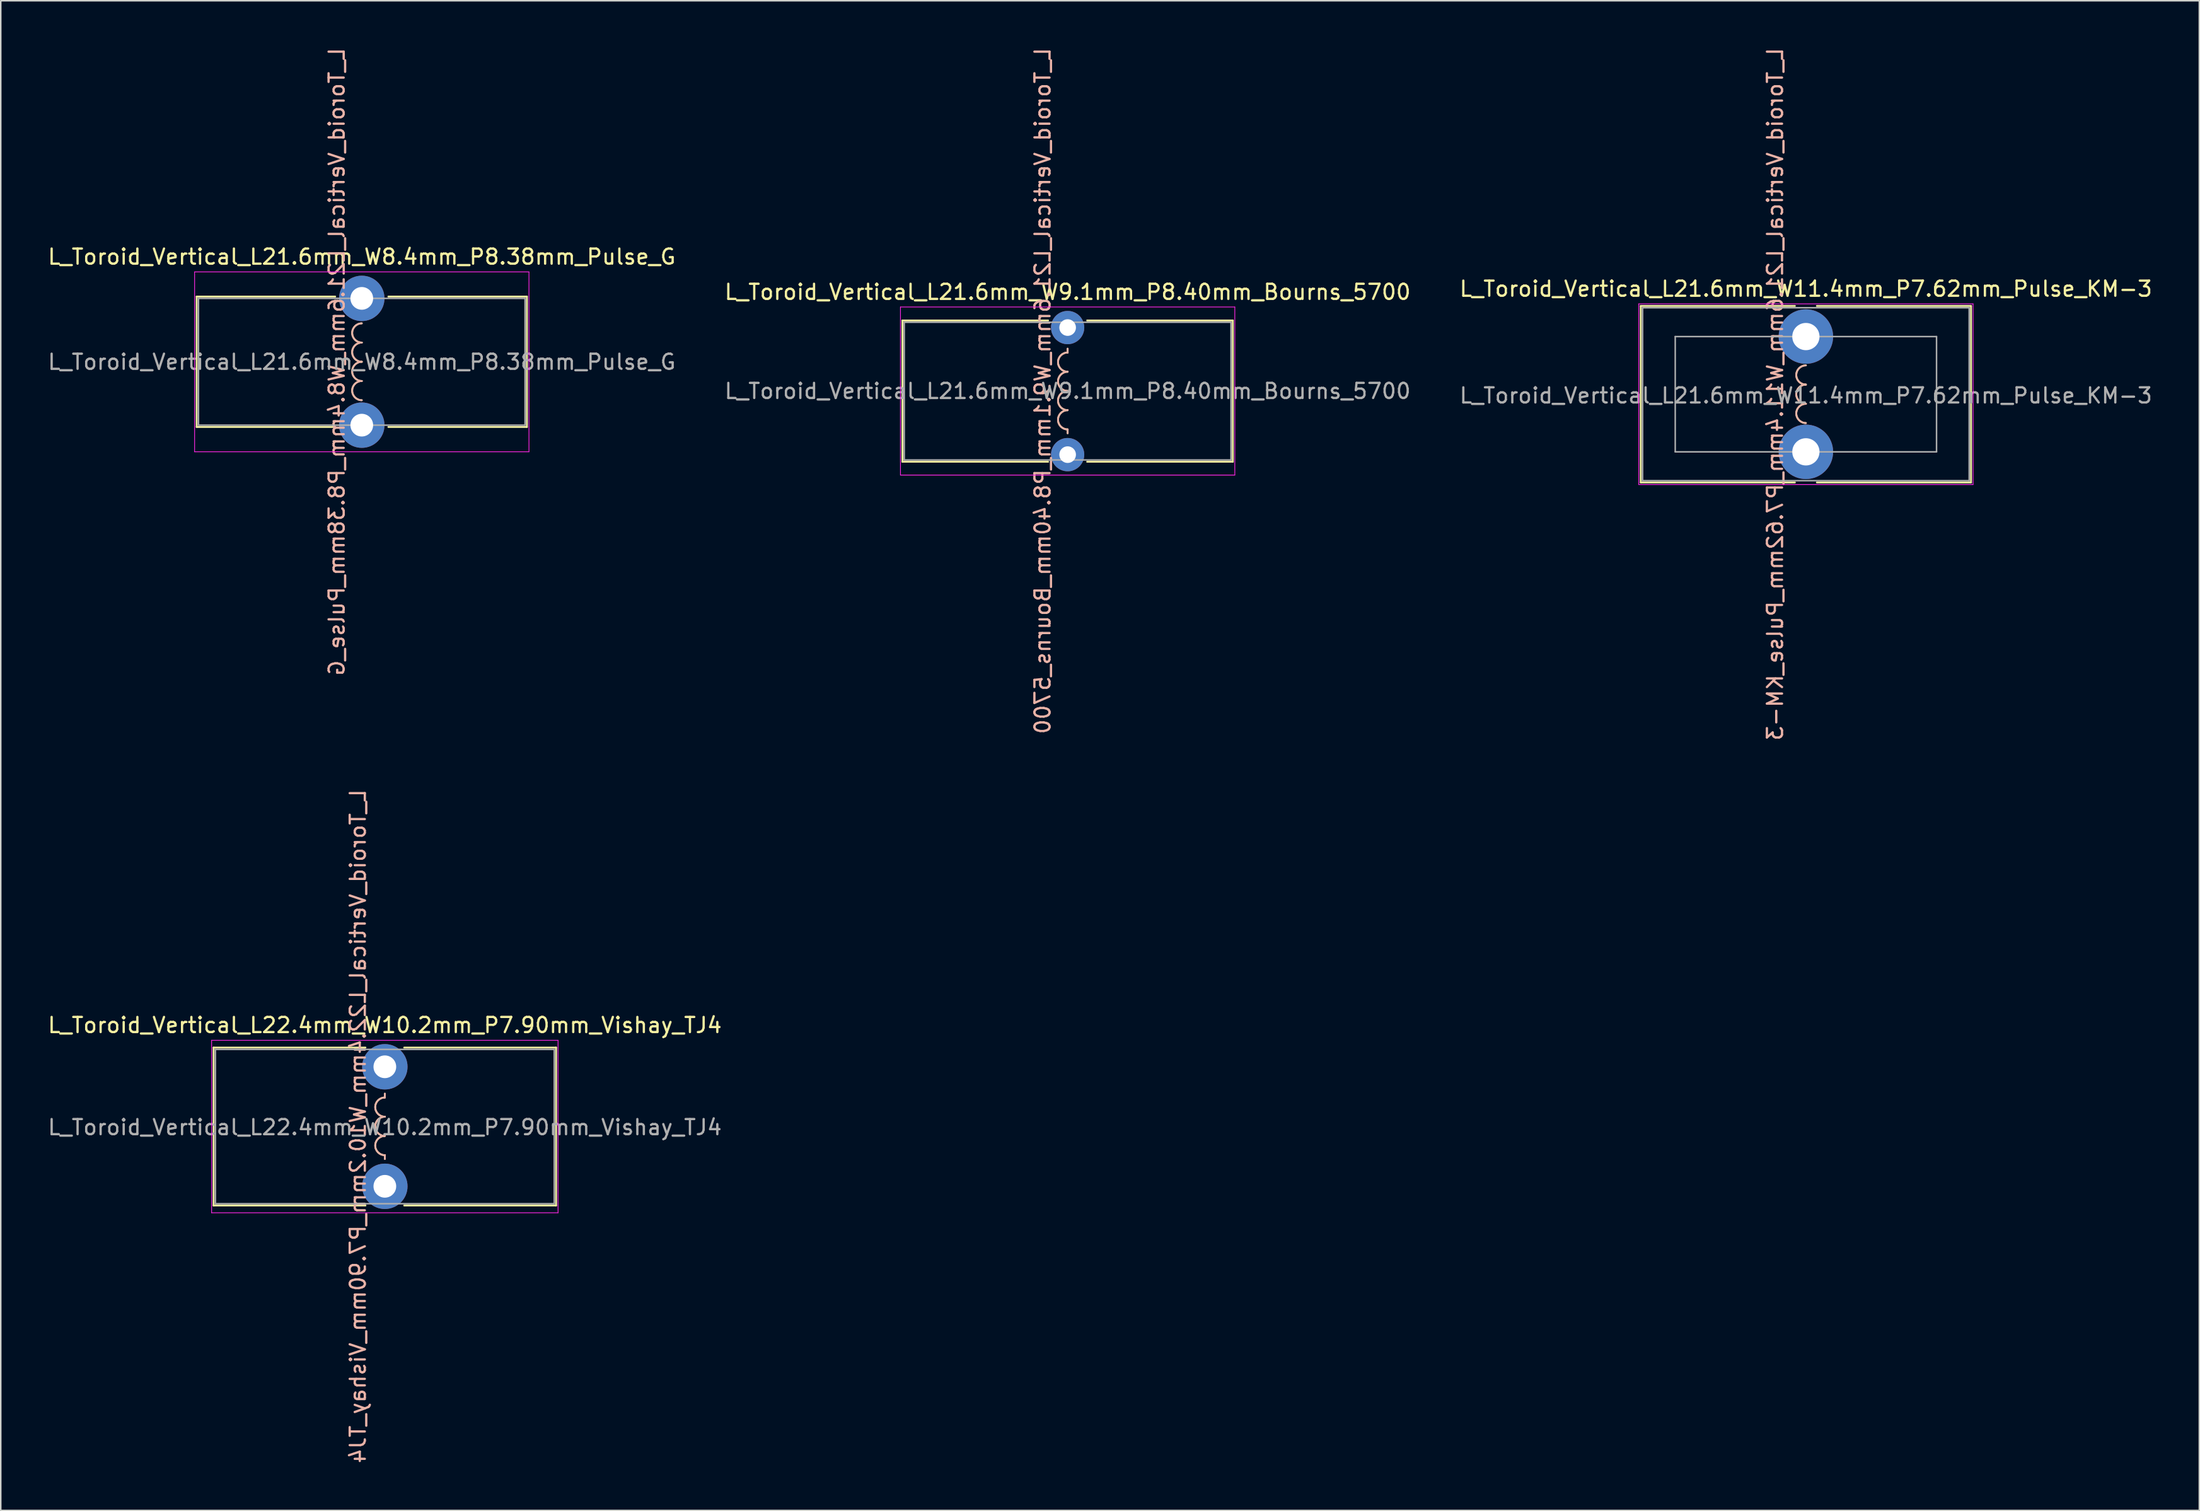
<source format=kicad_pcb>
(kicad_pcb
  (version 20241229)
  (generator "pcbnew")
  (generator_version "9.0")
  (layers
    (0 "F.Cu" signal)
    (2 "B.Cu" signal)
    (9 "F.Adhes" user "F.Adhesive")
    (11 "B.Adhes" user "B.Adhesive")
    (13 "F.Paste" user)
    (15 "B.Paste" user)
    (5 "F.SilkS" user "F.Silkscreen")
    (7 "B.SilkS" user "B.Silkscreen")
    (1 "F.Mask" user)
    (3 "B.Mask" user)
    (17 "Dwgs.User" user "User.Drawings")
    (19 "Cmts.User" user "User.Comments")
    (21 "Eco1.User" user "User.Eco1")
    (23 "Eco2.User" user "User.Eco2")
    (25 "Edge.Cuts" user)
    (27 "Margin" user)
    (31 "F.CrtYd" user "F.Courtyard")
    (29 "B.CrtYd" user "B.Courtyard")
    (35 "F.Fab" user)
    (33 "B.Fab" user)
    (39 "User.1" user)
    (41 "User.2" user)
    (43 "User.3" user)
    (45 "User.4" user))
  (footprint "L_Toroid_Vertical_L21.6mm_W11.4mm_P7.62mm_Pulse_KM-3"
    (layer "F.Cu")
    (at 116.315 19.196)
    (property "Reference" "L_Toroid_Vertical_L21.6mm_W11.4mm_P7.62mm_Pulse_KM-3" (at 0 -3.155 0) (layer "F.SilkS") (effects (font (size 1 1) (thickness 0.15))))
    (fp_line (start -10.915 -2.025) (end -10.915 9.645) (stroke (width 0.12) (type solid)) (layer "F.SilkS"))
    (fp_line (start -10.915 -2.025) (end -0.725 -2.025) (stroke (width 0.12) (type solid)) (layer "F.SilkS"))
    (fp_line (start -10.915 9.645) (end -0.725 9.645) (stroke (width 0.12) (type solid)) (layer "F.SilkS"))
    (fp_line (start 0.725 -2.025) (end 10.915 -2.025) (stroke (width 0.12) (type solid)) (layer "F.SilkS"))
    (fp_line (start 0.725 9.645) (end 10.915 9.645) (stroke (width 0.12) (type solid)) (layer "F.SilkS"))
    (fp_line (start 10.915 -2.025) (end 10.915 9.645) (stroke (width 0.12) (type solid)) (layer "F.SilkS"))
    (fp_arc (start 0 3.175) (mid -0.635 2.54) (end 0 1.905) (stroke (width 0.12) (type solid)) (layer "F.SilkS"))
    (fp_arc (start 0 4.445) (mid -0.635 3.81) (end 0 3.175) (stroke (width 0.12) (type solid)) (layer "F.SilkS"))
    (fp_arc (start 0 5.715) (mid -0.635 5.08) (end 0 4.445) (stroke (width 0.12) (type solid)) (layer "F.SilkS"))
    (fp_arc (start 0 3.175) (mid -0.635 2.54) (end 0 1.905) (stroke (width 0.12) (type solid)) (layer "B.SilkS"))
    (fp_arc (start 0 4.445) (mid -0.635 3.81) (end 0 3.175) (stroke (width 0.12) (type solid)) (layer "B.SilkS"))
    (fp_arc (start 0 5.715) (mid -0.635 5.08) (end 0 4.445) (stroke (width 0.12) (type solid)) (layer "B.SilkS"))
    (fp_line (start -11.05 -2.16) (end -11.05 9.78) (stroke (width 0.05) (type solid)) (layer "F.CrtYd"))
    (fp_line (start -11.05 9.78) (end 11.05 9.78) (stroke (width 0.05) (type solid)) (layer "F.CrtYd"))
    (fp_line (start 11.05 -2.16) (end -11.05 -2.16) (stroke (width 0.05) (type solid)) (layer "F.CrtYd"))
    (fp_line (start 11.05 9.78) (end 11.05 -2.16) (stroke (width 0.05) (type solid)) (layer "F.CrtYd"))
    (fp_line (start -10.795 -1.905) (end -10.795 9.525) (stroke (width 0.1) (type solid)) (layer "F.Fab"))
    (fp_line (start -10.795 9.525) (end 10.795 9.525) (stroke (width 0.1) (type solid)) (layer "F.Fab"))
    (fp_line (start -8.636 0) (end -8.636 7.62) (stroke (width 0.1) (type solid)) (layer "F.Fab"))
    (fp_line (start -8.636 7.62) (end 8.636 7.62) (stroke (width 0.1) (type solid)) (layer "F.Fab"))
    (fp_line (start 8.636 0) (end -8.636 0) (stroke (width 0.1) (type solid)) (layer "F.Fab"))
    (fp_line (start 8.636 7.62) (end 8.636 0) (stroke (width 0.1) (type solid)) (layer "F.Fab"))
    (fp_line (start 10.795 -1.905) (end -10.795 -1.905) (stroke (width 0.1) (type solid)) (layer "F.Fab"))
    (fp_line (start 10.795 9.525) (end 10.795 -1.905) (stroke (width 0.1) (type solid)) (layer "F.Fab"))
    (fp_text user "${REFERENCE}" (at -2.032 3.81 90) (layer "B.SilkS") (effects (font (size 1 1) (thickness 0.15)) (justify mirror)))
    (fp_text user "${REFERENCE}" (at 0 3.9 0) (layer "F.Fab") (effects (font (size 1 1) (thickness 0.15))))
    (pad "1" thru_hole circle (at 0 0) (size 3.6 3.6) (drill 1.8) (layers "*.Cu" "*.Mask"))
    (pad "2" thru_hole circle (at 0 7.62) (size 3.6 3.6) (drill 1.8) (layers "*.Cu" "*.Mask")))
  (footprint "L_Toroid_Vertical_L22.4mm_W10.2mm_P7.90mm_Vishay_TJ4"
    (layer "F.Cu")
    (at 22.387 67.462)
    (property "Reference" "L_Toroid_Vertical_L22.4mm_W10.2mm_P7.90mm_Vishay_TJ4" (at 0 -2.75 0) (layer "F.SilkS") (effects (font (size 1 1) (thickness 0.15))))
    (fp_line (start -11.32 -1.27) (end -11.32 9.17) (stroke (width 0.12) (type solid)) (layer "F.SilkS"))
    (fp_line (start -11.32 -1.27) (end -1.279 -1.27) (stroke (width 0.12) (type solid)) (layer "F.SilkS"))
    (fp_line (start -11.32 9.17) (end -1.279 9.17) (stroke (width 0.12) (type solid)) (layer "F.SilkS"))
    (fp_line (start 0 2.032) (end 0 1.778) (stroke (width 0.12) (type solid)) (layer "F.SilkS"))
    (fp_line (start 0 5.842) (end 0 6.096) (stroke (width 0.12) (type solid)) (layer "F.SilkS"))
    (fp_line (start 1.279 -1.27) (end 11.32 -1.27) (stroke (width 0.12) (type solid)) (layer "F.SilkS"))
    (fp_line (start 1.279 9.17) (end 11.32 9.17) (stroke (width 0.12) (type solid)) (layer "F.SilkS"))
    (fp_line (start 11.32 -1.27) (end 11.32 9.17) (stroke (width 0.12) (type solid)) (layer "F.SilkS"))
    (fp_arc (start 0 3.302) (mid -0.635 2.667) (end 0 2.032) (stroke (width 0.12) (type solid)) (layer "F.SilkS"))
    (fp_arc (start 0 4.572) (mid -0.635 3.937) (end 0 3.302) (stroke (width 0.12) (type solid)) (layer "F.SilkS"))
    (fp_arc (start 0 5.842) (mid -0.635 5.207) (end 0 4.572) (stroke (width 0.12) (type solid)) (layer "F.SilkS"))
    (fp_line (start 0 2.032) (end 0 1.778) (stroke (width 0.12) (type solid)) (layer "B.SilkS"))
    (fp_line (start 0 5.842) (end 0 6.096) (stroke (width 0.12) (type solid)) (layer "B.SilkS"))
    (fp_arc (start 0 3.302) (mid -0.635 2.667) (end 0 2.032) (stroke (width 0.12) (type solid)) (layer "B.SilkS"))
    (fp_arc (start 0 4.572) (mid -0.635 3.937) (end 0 3.302) (stroke (width 0.12) (type solid)) (layer "B.SilkS"))
    (fp_arc (start 0 5.842) (mid -0.635 5.207) (end 0 4.572) (stroke (width 0.12) (type solid)) (layer "B.SilkS"))
    (fp_line (start -11.45 -1.75) (end -11.45 9.65) (stroke (width 0.05) (type solid)) (layer "F.CrtYd"))
    (fp_line (start -11.45 9.65) (end 11.45 9.65) (stroke (width 0.05) (type solid)) (layer "F.CrtYd"))
    (fp_line (start 11.45 -1.75) (end -11.45 -1.75) (stroke (width 0.05) (type solid)) (layer "F.CrtYd"))
    (fp_line (start 11.45 9.65) (end 11.45 -1.75) (stroke (width 0.05) (type solid)) (layer "F.CrtYd"))
    (fp_line (start -11.2 -1.15) (end -11.2 9.05) (stroke (width 0.1) (type solid)) (layer "F.Fab"))
    (fp_line (start -11.2 9.05) (end 11.2 9.05) (stroke (width 0.1) (type solid)) (layer "F.Fab"))
    (fp_line (start 11.2 -1.15) (end -11.2 -1.15) (stroke (width 0.1) (type solid)) (layer "F.Fab"))
    (fp_line (start 11.2 9.05) (end 11.2 -1.15) (stroke (width 0.1) (type solid)) (layer "F.Fab"))
    (fp_text user "${REFERENCE}" (at -1.778 3.937 90) (layer "B.SilkS") (effects (font (size 1 1) (thickness 0.15)) (justify mirror)))
    (fp_text user "${REFERENCE}" (at 0 4 0) (layer "F.Fab") (effects (font (size 1 1) (thickness 0.15))))
    (pad "1" thru_hole circle (at 0 0) (size 3 3) (drill 1.5) (layers "*.Cu" "*.Mask"))
    (pad "2" thru_hole circle (at 0 7.9) (size 3 3) (drill 1.5) (layers "*.Cu" "*.Mask")))
  (footprint "L_Toroid_Vertical_L21.6mm_W9.1mm_P8.40mm_Bourns_5700"
    (layer "F.Cu")
    (at 67.518 18.601)
    (property "Reference" "L_Toroid_Vertical_L21.6mm_W9.1mm_P8.40mm_Bourns_5700" (at 0 -2.35 0) (layer "F.SilkS") (effects (font (size 1 1) (thickness 0.15))))
    (fp_line (start -10.92 -0.47) (end -10.92 8.87) (stroke (width 0.12) (type solid)) (layer "F.SilkS"))
    (fp_line (start -10.92 -0.47) (end -1.288 -0.47) (stroke (width 0.12) (type solid)) (layer "F.SilkS"))
    (fp_line (start -10.92 8.87) (end -1.288 8.87) (stroke (width 0.12) (type solid)) (layer "F.SilkS"))
    (fp_line (start 0 1.651) (end 0 1.397) (stroke (width 0.12) (type solid)) (layer "F.SilkS"))
    (fp_line (start 0 6.731) (end 0 6.985) (stroke (width 0.12) (type solid)) (layer "F.SilkS"))
    (fp_line (start 1.288 -0.47) (end 10.92 -0.47) (stroke (width 0.12) (type solid)) (layer "F.SilkS"))
    (fp_line (start 1.288 8.87) (end 10.92 8.87) (stroke (width 0.12) (type solid)) (layer "F.SilkS"))
    (fp_line (start 10.92 -0.47) (end 10.92 8.87) (stroke (width 0.12) (type solid)) (layer "F.SilkS"))
    (fp_arc (start 0 2.921) (mid -0.635 2.286) (end 0 1.651) (stroke (width 0.12) (type solid)) (layer "F.SilkS"))
    (fp_arc (start 0 4.191) (mid -0.635 3.556) (end 0 2.921) (stroke (width 0.12) (type solid)) (layer "F.SilkS"))
    (fp_arc (start 0 5.461) (mid -0.635 4.826) (end 0 4.191) (stroke (width 0.12) (type solid)) (layer "F.SilkS"))
    (fp_arc (start 0 6.731) (mid -0.635 6.096) (end 0 5.461) (stroke (width 0.12) (type solid)) (layer "F.SilkS"))
    (fp_line (start 0 1.651) (end 0 1.397) (stroke (width 0.12) (type solid)) (layer "B.SilkS"))
    (fp_line (start 0 6.731) (end 0 6.985) (stroke (width 0.12) (type solid)) (layer "B.SilkS"))
    (fp_arc (start 0 2.921) (mid -0.635 2.286) (end 0 1.651) (stroke (width 0.12) (type solid)) (layer "B.SilkS"))
    (fp_arc (start 0 4.191) (mid -0.635 3.556) (end 0 2.921) (stroke (width 0.12) (type solid)) (layer "B.SilkS"))
    (fp_arc (start 0 5.461) (mid -0.635 4.826) (end 0 4.191) (stroke (width 0.12) (type solid)) (layer "B.SilkS"))
    (fp_arc (start 0 6.731) (mid -0.635 6.096) (end 0 5.461) (stroke (width 0.12) (type solid)) (layer "B.SilkS"))
    (fp_line (start -11.05 -1.36) (end -11.05 9.75) (stroke (width 0.05) (type solid)) (layer "F.CrtYd"))
    (fp_line (start -11.05 9.75) (end 11.05 9.75) (stroke (width 0.05) (type solid)) (layer "F.CrtYd"))
    (fp_line (start 11.05 -1.36) (end -11.05 -1.36) (stroke (width 0.05) (type solid)) (layer "F.CrtYd"))
    (fp_line (start 11.05 9.75) (end 11.05 -1.36) (stroke (width 0.05) (type solid)) (layer "F.CrtYd"))
    (fp_line (start -10.8 -0.35) (end -10.8 8.75) (stroke (width 0.1) (type solid)) (layer "F.Fab"))
    (fp_line (start -10.8 8.75) (end 10.8 8.75) (stroke (width 0.1) (type solid)) (layer "F.Fab"))
    (fp_line (start 10.8 -0.35) (end -10.8 -0.35) (stroke (width 0.1) (type solid)) (layer "F.Fab"))
    (fp_line (start 10.8 8.75) (end 10.8 -0.35) (stroke (width 0.1) (type solid)) (layer "F.Fab"))
    (fp_text user "${REFERENCE}" (at -1.651 4.191 90) (layer "B.SilkS") (effects (font (size 1 1) (thickness 0.15)) (justify mirror)))
    (fp_text user "${REFERENCE}" (at 0 4.2 0) (layer "F.Fab") (effects (font (size 1 1) (thickness 0.15))))
    (pad "1" thru_hole circle (at 0 0) (size 2.2 2.2) (drill 1.1) (layers "*.Cu" "*.Mask"))
    (pad "2" thru_hole circle (at 0 8.4) (size 2.2 2.2) (drill 1.1) (layers "*.Cu" "*.Mask")))
  (footprint "L_Toroid_Vertical_L21.6mm_W8.4mm_P8.38mm_Pulse_G"
    (layer "F.Cu")
    (at 20.863 16.672)
    (property "Reference" "L_Toroid_Vertical_L21.6mm_W8.4mm_P8.38mm_Pulse_G" (at 0 -2.75 0) (layer "F.SilkS") (effects (font (size 1 1) (thickness 0.15))))
    (fp_line (start -10.915 -0.12) (end -10.915 8.5) (stroke (width 0.12) (type solid)) (layer "F.SilkS"))
    (fp_line (start -10.915 -0.12) (end -1.755 -0.12) (stroke (width 0.12) (type solid)) (layer "F.SilkS"))
    (fp_line (start -10.915 8.5) (end -1.755 8.5) (stroke (width 0.12) (type solid)) (layer "F.SilkS"))
    (fp_line (start 1.755 -0.12) (end 10.915 -0.12) (stroke (width 0.12) (type solid)) (layer "F.SilkS"))
    (fp_line (start 1.755 8.5) (end 10.915 8.5) (stroke (width 0.12) (type solid)) (layer "F.SilkS"))
    (fp_line (start 10.915 -0.12) (end 10.915 8.5) (stroke (width 0.12) (type solid)) (layer "F.SilkS"))
    (fp_arc (start 0 2.921) (mid -0.635 2.286) (end 0 1.651) (stroke (width 0.12) (type solid)) (layer "F.SilkS"))
    (fp_arc (start 0 4.191) (mid -0.635 3.556) (end 0 2.921) (stroke (width 0.12) (type solid)) (layer "F.SilkS"))
    (fp_arc (start 0 5.461) (mid -0.635 4.826) (end 0 4.191) (stroke (width 0.12) (type solid)) (layer "F.SilkS"))
    (fp_arc (start 0 6.731) (mid -0.635 6.096) (end 0 5.461) (stroke (width 0.12) (type solid)) (layer "F.SilkS"))
    (fp_arc (start 0 2.921) (mid -0.635 2.286) (end 0 1.651) (stroke (width 0.12) (type solid)) (layer "B.SilkS"))
    (fp_arc (start 0 4.191) (mid -0.635 3.556) (end 0 2.921) (stroke (width 0.12) (type solid)) (layer "B.SilkS"))
    (fp_arc (start 0 5.461) (mid -0.635 4.826) (end 0 4.191) (stroke (width 0.12) (type solid)) (layer "B.SilkS"))
    (fp_arc (start 0 6.731) (mid -0.635 6.096) (end 0 5.461) (stroke (width 0.12) (type solid)) (layer "B.SilkS"))
    (fp_line (start -11.05 -1.75) (end -11.05 10.14) (stroke (width 0.05) (type solid)) (layer "F.CrtYd"))
    (fp_line (start -11.05 10.14) (end 11.05 10.14) (stroke (width 0.05) (type solid)) (layer "F.CrtYd"))
    (fp_line (start 11.05 -1.75) (end -11.05 -1.75) (stroke (width 0.05) (type solid)) (layer "F.CrtYd"))
    (fp_line (start 11.05 10.14) (end 11.05 -1.75) (stroke (width 0.05) (type solid)) (layer "F.CrtYd"))
    (fp_line (start -10.795 0) (end -10.795 8.38) (stroke (width 0.1) (type solid)) (layer "F.Fab"))
    (fp_line (start -10.795 8.38) (end 10.795 8.38) (stroke (width 0.1) (type solid)) (layer "F.Fab"))
    (fp_line (start 10.795 0) (end -10.795 0) (stroke (width 0.1) (type solid)) (layer "F.Fab"))
    (fp_line (start 10.795 8.38) (end 10.795 0) (stroke (width 0.1) (type solid)) (layer "F.Fab"))
    (fp_text user "${REFERENCE}" (at -1.651 4.191 90) (layer "B.SilkS") (effects (font (size 1 1) (thickness 0.15)) (justify mirror)))
    (fp_text user "${REFERENCE}" (at 0 4.2 0) (layer "F.Fab") (effects (font (size 1 1) (thickness 0.15))))
    (pad "1" thru_hole circle (at 0 0) (size 3 3) (drill 1.5) (layers "*.Cu" "*.Mask"))
    (pad "2" thru_hole circle (at 0 8.38) (size 3 3) (drill 1.5) (layers "*.Cu" "*.Mask")))
  (gr_rect
    (start -3 -3)
    (end 142.321 96.786)
    (stroke (width 0.1) (type default))
    (fill no)
    (layer "Edge.Cuts")))
</source>
